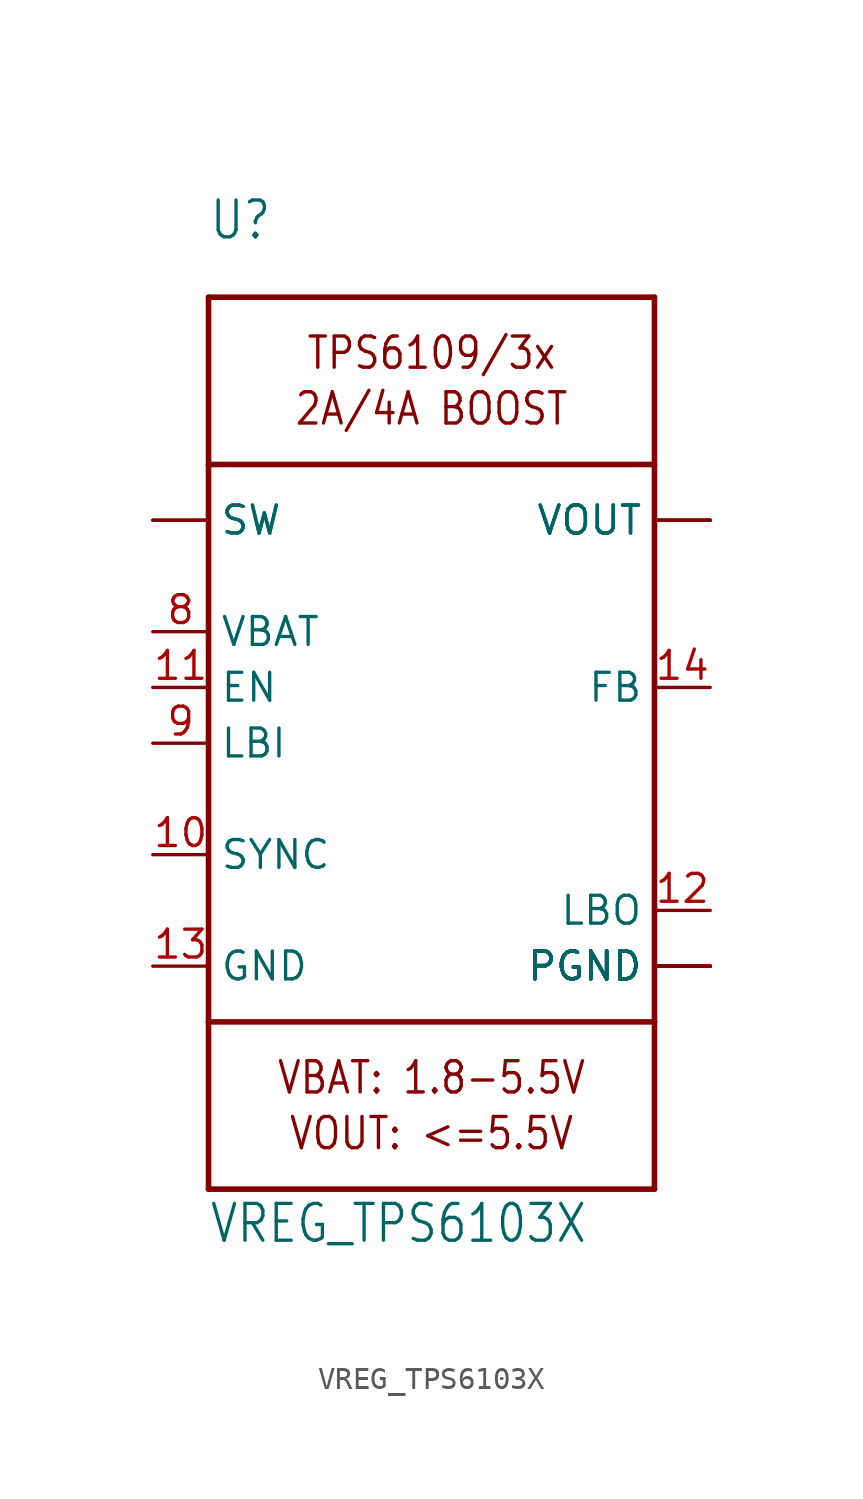
<source format=kicad_sym>
(kicad_symbol_lib
  (version 20211014)
  (generator kicad_symbol_editor)
  (symbol "VREG_TPS6103X"
    (property "Reference" "U"
      (at -10.16 22.86 0)
      (effects (font (size 1.676 1.425)) (justify left bottom)))
    (property "Value" "VREG_TPS6103X"
      (at -10.16 -22.86 0)
      (effects (font (size 1.676 1.425)) (justify left bottom)))
    (property "ki_locked" ""
      (at 0 0 0)
      (effects (font (size 1.27 1.27))))
    (symbol "VREG_TPS6103X_1_0"
      (polyline (pts (xy -10.16 -20.32) (xy 10.16 -20.32)) (stroke (width 0.254) (type default) (color 0 0 0 0)) (fill (type none)))
      (polyline (pts (xy -10.16 -12.7) (xy -10.16 -20.32)) (stroke (width 0.254) (type default) (color 0 0 0 0)) (fill (type none)))
      (polyline (pts (xy -10.16 -12.7) (xy -10.16 12.7)) (stroke (width 0.254) (type default) (color 0 0 0 0)) (fill (type none)))
      (polyline (pts (xy -10.16 12.7) (xy -10.16 20.32)) (stroke (width 0.254) (type default) (color 0 0 0 0)) (fill (type none)))
      (polyline (pts (xy -10.16 12.7) (xy 10.16 12.7)) (stroke (width 0.254) (type default) (color 0 0 0 0)) (fill (type none)))
      (polyline (pts (xy -10.16 20.32) (xy 10.16 20.32)) (stroke (width 0.254) (type default) (color 0 0 0 0)) (fill (type none)))
      (polyline (pts (xy 10.16 -20.32) (xy 10.16 -12.7)) (stroke (width 0.254) (type default) (color 0 0 0 0)) (fill (type none)))
      (polyline (pts (xy 10.16 -12.7) (xy -10.16 -12.7)) (stroke (width 0.254) (type default) (color 0 0 0 0)) (fill (type none)))
      (polyline (pts (xy 10.16 12.7) (xy 10.16 -12.7)) (stroke (width 0.254) (type default) (color 0 0 0 0)) (fill (type none)))
      (polyline (pts (xy 10.16 20.32) (xy 10.16 12.7)) (stroke (width 0.254) (type default) (color 0 0 0 0)) (fill (type none)))
      (text "2A/4A BOOST" (at 0 15.24 0) (effects (font (size 1.422 1.209))))
      (text "TPS6109/3x" (at 0 17.78 0) (effects (font (size 1.422 1.209))))
      (text "VBAT: 1.8-5.5V" (at 0 -15.24 0) (effects (font (size 1.422 1.209))))
      (text "VOUT: <=5.5V" (at 0 -17.78 0) (effects (font (size 1.422 1.209))))
      (pin power_in line (at 12.7 10.16 180) (length 2.54) (name "VOUT" (effects (font (size 1.27 1.27)))) (number "1" (effects (font (size 0 0)))))
      (pin input line (at -12.7 -5.08 0) (length 2.54) (name "SYNC" (effects (font (size 1.27 1.27)))) (number "10" (effects (font (size 1.27 1.27)))))
      (pin input line (at -12.7 2.54 0) (length 2.54) (name "EN" (effects (font (size 1.27 1.27)))) (number "11" (effects (font (size 1.27 1.27)))))
      (pin output line (at 12.7 -7.62 180) (length 2.54) (name "LBO" (effects (font (size 1.27 1.27)))) (number "12" (effects (font (size 1.27 1.27)))))
      (pin power_in line (at -12.7 -10.16 0) (length 2.54) (name "GND" (effects (font (size 1.27 1.27)))) (number "13" (effects (font (size 1.27 1.27)))))
      (pin input line (at 12.7 2.54 180) (length 2.54) (name "FB" (effects (font (size 1.27 1.27)))) (number "14" (effects (font (size 1.27 1.27)))))
      (pin power_in line (at 12.7 10.16 180) (length 2.54) (name "VOUT" (effects (font (size 1.27 1.27)))) (number "15" (effects (font (size 0 0)))))
      (pin power_in line (at 12.7 10.16 180) (length 2.54) (name "VOUT" (effects (font (size 1.27 1.27)))) (number "16" (effects (font (size 0 0)))))
      (pin input line (at -12.7 10.16 0) (length 2.54) (name "SW" (effects (font (size 1.27 1.27)))) (number "3" (effects (font (size 0 0)))))
      (pin input line (at -12.7 10.16 0) (length 2.54) (name "SW" (effects (font (size 1.27 1.27)))) (number "4" (effects (font (size 0 0)))))
      (pin power_in line (at 12.7 -10.16 180) (length 2.54) (name "PGND" (effects (font (size 1.27 1.27)))) (number "5" (effects (font (size 0 0)))))
      (pin power_in line (at 12.7 -10.16 180) (length 2.54) (name "PGND" (effects (font (size 1.27 1.27)))) (number "6" (effects (font (size 0 0)))))
      (pin power_in line (at 12.7 -10.16 180) (length 2.54) (name "PGND" (effects (font (size 1.27 1.27)))) (number "7" (effects (font (size 0 0)))))
      (pin input line (at -12.7 5.08 0) (length 2.54) (name "VBAT" (effects (font (size 1.27 1.27)))) (number "8" (effects (font (size 1.27 1.27)))))
      (pin input line (at -12.7 0 0) (length 2.54) (name "LBI" (effects (font (size 1.27 1.27)))) (number "9" (effects (font (size 1.27 1.27)))))
      (pin power_in line (at 12.7 -10.16 180) (length 2.54) (name "PGND" (effects (font (size 1.27 1.27)))) (number "P$18" (effects (font (size 0 0)))))
      (pin power_in line (at 12.7 -10.16 180) (length 2.54) (name "PGND" (effects (font (size 1.27 1.27)))) (number "P$19" (effects (font (size 0 0)))))
      (pin power_in line (at 12.7 -10.16 180) (length 2.54) (name "PGND" (effects (font (size 1.27 1.27)))) (number "P$20" (effects (font (size 0 0)))))
      (pin power_in line (at 12.7 -10.16 180) (length 2.54) (name "PGND" (effects (font (size 1.27 1.27)))) (number "P$21" (effects (font (size 0 0)))))
      (pin power_in line (at 12.7 -10.16 180) (length 2.54) (name "PGND" (effects (font (size 1.27 1.27)))) (number "P$22" (effects (font (size 0 0)))))
      (pin power_in line (at 12.7 -10.16 180) (length 2.54) (name "PGND" (effects (font (size 1.27 1.27)))) (number "THERMAL" (effects (font (size 0 0))))))))
</source>
